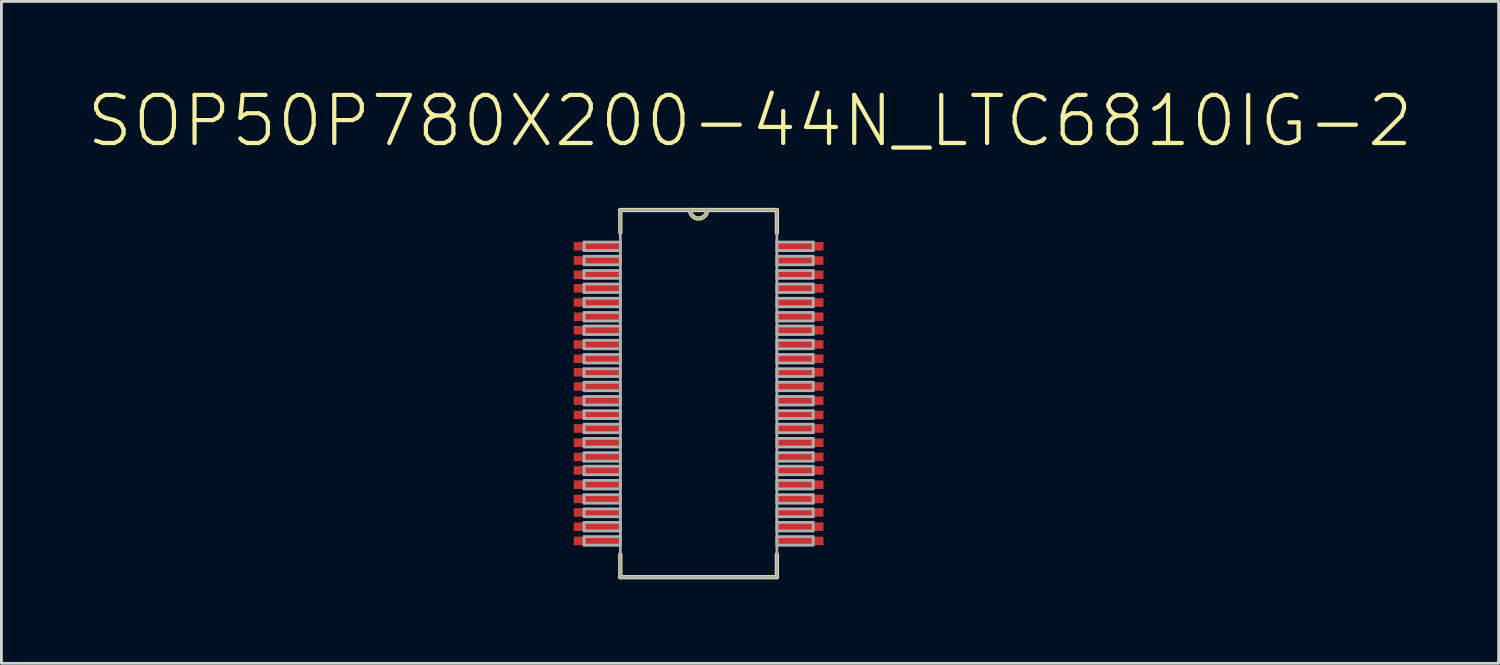
<source format=kicad_pcb>
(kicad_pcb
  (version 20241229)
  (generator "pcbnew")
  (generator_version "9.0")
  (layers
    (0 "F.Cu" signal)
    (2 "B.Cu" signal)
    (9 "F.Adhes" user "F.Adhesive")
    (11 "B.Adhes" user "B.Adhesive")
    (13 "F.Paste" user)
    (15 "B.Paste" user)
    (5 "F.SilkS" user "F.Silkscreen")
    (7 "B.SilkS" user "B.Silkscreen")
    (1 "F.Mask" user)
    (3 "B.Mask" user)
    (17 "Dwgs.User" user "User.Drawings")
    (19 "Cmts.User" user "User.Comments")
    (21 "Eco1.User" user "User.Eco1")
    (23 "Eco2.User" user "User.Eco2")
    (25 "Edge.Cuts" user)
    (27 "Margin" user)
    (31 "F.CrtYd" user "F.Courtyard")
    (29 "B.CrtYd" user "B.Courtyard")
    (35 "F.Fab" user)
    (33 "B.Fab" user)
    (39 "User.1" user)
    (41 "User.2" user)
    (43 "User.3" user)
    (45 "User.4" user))
  (footprint "SOP50P780X200-44N_LTC6810IG-2"
    (layer "F.Cu")
    (at 21.887 11)
    (property "Reference" "SOP50P780X200-44N_LTC6810IG-2" (at 1.835 -9.732 0) (layer "F.SilkS") (effects (font (size 1.717 1.717) (thickness 0.15))))
    (attr smd)
    (fp_line (start -2.794 -6.553) (end -2.794 -5.74) (stroke (width 0.152) (type solid)) (layer "F.SilkS"))
    (fp_line (start -2.794 5.74) (end -2.794 6.553) (stroke (width 0.152) (type solid)) (layer "F.SilkS"))
    (fp_line (start -2.794 6.553) (end 2.794 6.553) (stroke (width 0.152) (type solid)) (layer "F.SilkS"))
    (fp_line (start -0.305 -6.553) (end -2.794 -6.553) (stroke (width 0.152) (type solid)) (layer "F.SilkS"))
    (fp_line (start 0.305 -6.553) (end -0.305 -6.553) (stroke (width 0.152) (type solid)) (layer "F.SilkS"))
    (fp_line (start 2.794 -6.553) (end 0.305 -6.553) (stroke (width 0.152) (type solid)) (layer "F.SilkS"))
    (fp_line (start 2.794 -5.74) (end 2.794 -6.553) (stroke (width 0.152) (type solid)) (layer "F.SilkS"))
    (fp_line (start 2.794 6.553) (end 2.794 5.74) (stroke (width 0.152) (type solid)) (layer "F.SilkS"))
    (fp_arc (start 0.3048 -6.5532) (mid 0 -6.2484) (end -0.3048 -6.5532) (stroke (width 0.1524) (type solid)) (layer "F.SilkS"))
    (fp_line (start -4.089 -5.41) (end -4.089 -5.105) (stroke (width 0.1) (type solid)) (layer "F.Fab"))
    (fp_line (start -4.089 -5.105) (end -2.794 -5.105) (stroke (width 0.1) (type solid)) (layer "F.Fab"))
    (fp_line (start -4.089 -4.902) (end -4.089 -4.597) (stroke (width 0.1) (type solid)) (layer "F.Fab"))
    (fp_line (start -4.089 -4.597) (end -2.794 -4.597) (stroke (width 0.1) (type solid)) (layer "F.Fab"))
    (fp_line (start -4.089 -4.394) (end -4.089 -4.115) (stroke (width 0.1) (type solid)) (layer "F.Fab"))
    (fp_line (start -4.089 -4.115) (end -2.794 -4.115) (stroke (width 0.1) (type solid)) (layer "F.Fab"))
    (fp_line (start -4.089 -3.912) (end -4.089 -3.607) (stroke (width 0.1) (type solid)) (layer "F.Fab"))
    (fp_line (start -4.089 -3.607) (end -2.794 -3.607) (stroke (width 0.1) (type solid)) (layer "F.Fab"))
    (fp_line (start -4.089 -3.404) (end -4.089 -3.099) (stroke (width 0.1) (type solid)) (layer "F.Fab"))
    (fp_line (start -4.089 -3.099) (end -2.794 -3.099) (stroke (width 0.1) (type solid)) (layer "F.Fab"))
    (fp_line (start -4.089 -2.896) (end -4.089 -2.591) (stroke (width 0.1) (type solid)) (layer "F.Fab"))
    (fp_line (start -4.089 -2.591) (end -2.794 -2.591) (stroke (width 0.1) (type solid)) (layer "F.Fab"))
    (fp_line (start -4.089 -2.413) (end -4.089 -2.108) (stroke (width 0.1) (type solid)) (layer "F.Fab"))
    (fp_line (start -4.089 -2.108) (end -2.794 -2.108) (stroke (width 0.1) (type solid)) (layer "F.Fab"))
    (fp_line (start -4.089 -1.905) (end -4.089 -1.6) (stroke (width 0.1) (type solid)) (layer "F.Fab"))
    (fp_line (start -4.089 -1.6) (end -2.794 -1.6) (stroke (width 0.1) (type solid)) (layer "F.Fab"))
    (fp_line (start -4.089 -1.397) (end -4.089 -1.092) (stroke (width 0.1) (type solid)) (layer "F.Fab"))
    (fp_line (start -4.089 -1.092) (end -2.794 -1.092) (stroke (width 0.1) (type solid)) (layer "F.Fab"))
    (fp_line (start -4.089 -0.889) (end -4.089 -0.61) (stroke (width 0.1) (type solid)) (layer "F.Fab"))
    (fp_line (start -4.089 -0.61) (end -2.794 -0.61) (stroke (width 0.1) (type solid)) (layer "F.Fab"))
    (fp_line (start -4.089 -0.406) (end -4.089 -0.102) (stroke (width 0.1) (type solid)) (layer "F.Fab"))
    (fp_line (start -4.089 -0.102) (end -2.794 -0.102) (stroke (width 0.1) (type solid)) (layer "F.Fab"))
    (fp_line (start -4.089 0.102) (end -4.089 0.406) (stroke (width 0.1) (type solid)) (layer "F.Fab"))
    (fp_line (start -4.089 0.406) (end -2.794 0.406) (stroke (width 0.1) (type solid)) (layer "F.Fab"))
    (fp_line (start -4.089 0.61) (end -4.089 0.889) (stroke (width 0.1) (type solid)) (layer "F.Fab"))
    (fp_line (start -4.089 0.889) (end -2.794 0.889) (stroke (width 0.1) (type solid)) (layer "F.Fab"))
    (fp_line (start -4.089 1.092) (end -4.089 1.397) (stroke (width 0.1) (type solid)) (layer "F.Fab"))
    (fp_line (start -4.089 1.397) (end -2.794 1.397) (stroke (width 0.1) (type solid)) (layer "F.Fab"))
    (fp_line (start -4.089 1.6) (end -4.089 1.905) (stroke (width 0.1) (type solid)) (layer "F.Fab"))
    (fp_line (start -4.089 1.905) (end -2.794 1.905) (stroke (width 0.1) (type solid)) (layer "F.Fab"))
    (fp_line (start -4.089 2.108) (end -4.089 2.413) (stroke (width 0.1) (type solid)) (layer "F.Fab"))
    (fp_line (start -4.089 2.413) (end -2.794 2.413) (stroke (width 0.1) (type solid)) (layer "F.Fab"))
    (fp_line (start -4.089 2.591) (end -4.089 2.896) (stroke (width 0.1) (type solid)) (layer "F.Fab"))
    (fp_line (start -4.089 2.896) (end -2.794 2.896) (stroke (width 0.1) (type solid)) (layer "F.Fab"))
    (fp_line (start -4.089 3.099) (end -4.089 3.404) (stroke (width 0.1) (type solid)) (layer "F.Fab"))
    (fp_line (start -4.089 3.404) (end -2.794 3.404) (stroke (width 0.1) (type solid)) (layer "F.Fab"))
    (fp_line (start -4.089 3.607) (end -4.089 3.912) (stroke (width 0.1) (type solid)) (layer "F.Fab"))
    (fp_line (start -4.089 3.912) (end -2.794 3.912) (stroke (width 0.1) (type solid)) (layer "F.Fab"))
    (fp_line (start -4.089 4.115) (end -4.089 4.394) (stroke (width 0.1) (type solid)) (layer "F.Fab"))
    (fp_line (start -4.089 4.394) (end -2.794 4.394) (stroke (width 0.1) (type solid)) (layer "F.Fab"))
    (fp_line (start -4.089 4.597) (end -4.089 4.902) (stroke (width 0.1) (type solid)) (layer "F.Fab"))
    (fp_line (start -4.089 4.902) (end -2.794 4.902) (stroke (width 0.1) (type solid)) (layer "F.Fab"))
    (fp_line (start -4.089 5.105) (end -4.089 5.41) (stroke (width 0.1) (type solid)) (layer "F.Fab"))
    (fp_line (start -4.089 5.41) (end -2.794 5.41) (stroke (width 0.1) (type solid)) (layer "F.Fab"))
    (fp_line (start -2.794 -6.553) (end -2.794 6.553) (stroke (width 0.1) (type solid)) (layer "F.Fab"))
    (fp_line (start -2.794 -5.41) (end -4.089 -5.41) (stroke (width 0.1) (type solid)) (layer "F.Fab"))
    (fp_line (start -2.794 -5.105) (end -2.794 -5.41) (stroke (width 0.1) (type solid)) (layer "F.Fab"))
    (fp_line (start -2.794 -4.902) (end -4.089 -4.902) (stroke (width 0.1) (type solid)) (layer "F.Fab"))
    (fp_line (start -2.794 -4.597) (end -2.794 -4.902) (stroke (width 0.1) (type solid)) (layer "F.Fab"))
    (fp_line (start -2.794 -4.394) (end -4.089 -4.394) (stroke (width 0.1) (type solid)) (layer "F.Fab"))
    (fp_line (start -2.794 -4.115) (end -2.794 -4.394) (stroke (width 0.1) (type solid)) (layer "F.Fab"))
    (fp_line (start -2.794 -3.912) (end -4.089 -3.912) (stroke (width 0.1) (type solid)) (layer "F.Fab"))
    (fp_line (start -2.794 -3.607) (end -2.794 -3.912) (stroke (width 0.1) (type solid)) (layer "F.Fab"))
    (fp_line (start -2.794 -3.404) (end -4.089 -3.404) (stroke (width 0.1) (type solid)) (layer "F.Fab"))
    (fp_line (start -2.794 -3.099) (end -2.794 -3.404) (stroke (width 0.1) (type solid)) (layer "F.Fab"))
    (fp_line (start -2.794 -2.896) (end -4.089 -2.896) (stroke (width 0.1) (type solid)) (layer "F.Fab"))
    (fp_line (start -2.794 -2.591) (end -2.794 -2.896) (stroke (width 0.1) (type solid)) (layer "F.Fab"))
    (fp_line (start -2.794 -2.413) (end -4.089 -2.413) (stroke (width 0.1) (type solid)) (layer "F.Fab"))
    (fp_line (start -2.794 -2.108) (end -2.794 -2.413) (stroke (width 0.1) (type solid)) (layer "F.Fab"))
    (fp_line (start -2.794 -1.905) (end -4.089 -1.905) (stroke (width 0.1) (type solid)) (layer "F.Fab"))
    (fp_line (start -2.794 -1.6) (end -2.794 -1.905) (stroke (width 0.1) (type solid)) (layer "F.Fab"))
    (fp_line (start -2.794 -1.397) (end -4.089 -1.397) (stroke (width 0.1) (type solid)) (layer "F.Fab"))
    (fp_line (start -2.794 -1.092) (end -2.794 -1.397) (stroke (width 0.1) (type solid)) (layer "F.Fab"))
    (fp_line (start -2.794 -0.889) (end -4.089 -0.889) (stroke (width 0.1) (type solid)) (layer "F.Fab"))
    (fp_line (start -2.794 -0.61) (end -2.794 -0.889) (stroke (width 0.1) (type solid)) (layer "F.Fab"))
    (fp_line (start -2.794 -0.406) (end -4.089 -0.406) (stroke (width 0.1) (type solid)) (layer "F.Fab"))
    (fp_line (start -2.794 -0.102) (end -2.794 -0.406) (stroke (width 0.1) (type solid)) (layer "F.Fab"))
    (fp_line (start -2.794 0.102) (end -4.089 0.102) (stroke (width 0.1) (type solid)) (layer "F.Fab"))
    (fp_line (start -2.794 0.406) (end -2.794 0.102) (stroke (width 0.1) (type solid)) (layer "F.Fab"))
    (fp_line (start -2.794 0.61) (end -4.089 0.61) (stroke (width 0.1) (type solid)) (layer "F.Fab"))
    (fp_line (start -2.794 0.889) (end -2.794 0.61) (stroke (width 0.1) (type solid)) (layer "F.Fab"))
    (fp_line (start -2.794 1.092) (end -4.089 1.092) (stroke (width 0.1) (type solid)) (layer "F.Fab"))
    (fp_line (start -2.794 1.397) (end -2.794 1.092) (stroke (width 0.1) (type solid)) (layer "F.Fab"))
    (fp_line (start -2.794 1.6) (end -4.089 1.6) (stroke (width 0.1) (type solid)) (layer "F.Fab"))
    (fp_line (start -2.794 1.905) (end -2.794 1.6) (stroke (width 0.1) (type solid)) (layer "F.Fab"))
    (fp_line (start -2.794 2.108) (end -4.089 2.108) (stroke (width 0.1) (type solid)) (layer "F.Fab"))
    (fp_line (start -2.794 2.413) (end -2.794 2.108) (stroke (width 0.1) (type solid)) (layer "F.Fab"))
    (fp_line (start -2.794 2.591) (end -4.089 2.591) (stroke (width 0.1) (type solid)) (layer "F.Fab"))
    (fp_line (start -2.794 2.896) (end -2.794 2.591) (stroke (width 0.1) (type solid)) (layer "F.Fab"))
    (fp_line (start -2.794 3.099) (end -4.089 3.099) (stroke (width 0.1) (type solid)) (layer "F.Fab"))
    (fp_line (start -2.794 3.404) (end -2.794 3.099) (stroke (width 0.1) (type solid)) (layer "F.Fab"))
    (fp_line (start -2.794 3.607) (end -4.089 3.607) (stroke (width 0.1) (type solid)) (layer "F.Fab"))
    (fp_line (start -2.794 3.912) (end -2.794 3.607) (stroke (width 0.1) (type solid)) (layer "F.Fab"))
    (fp_line (start -2.794 4.115) (end -4.089 4.115) (stroke (width 0.1) (type solid)) (layer "F.Fab"))
    (fp_line (start -2.794 4.394) (end -2.794 4.115) (stroke (width 0.1) (type solid)) (layer "F.Fab"))
    (fp_line (start -2.794 4.597) (end -4.089 4.597) (stroke (width 0.1) (type solid)) (layer "F.Fab"))
    (fp_line (start -2.794 4.902) (end -2.794 4.597) (stroke (width 0.1) (type solid)) (layer "F.Fab"))
    (fp_line (start -2.794 5.105) (end -4.089 5.105) (stroke (width 0.1) (type solid)) (layer "F.Fab"))
    (fp_line (start -2.794 5.41) (end -2.794 5.105) (stroke (width 0.1) (type solid)) (layer "F.Fab"))
    (fp_line (start -2.794 6.553) (end 2.794 6.553) (stroke (width 0.1) (type solid)) (layer "F.Fab"))
    (fp_line (start -0.305 -6.553) (end -2.794 -6.553) (stroke (width 0.1) (type solid)) (layer "F.Fab"))
    (fp_line (start 0.305 -6.553) (end -0.305 -6.553) (stroke (width 0.1) (type solid)) (layer "F.Fab"))
    (fp_line (start 2.794 -6.553) (end 0.305 -6.553) (stroke (width 0.1) (type solid)) (layer "F.Fab"))
    (fp_line (start 2.794 -5.41) (end 2.794 -5.105) (stroke (width 0.1) (type solid)) (layer "F.Fab"))
    (fp_line (start 2.794 -5.105) (end 4.089 -5.105) (stroke (width 0.1) (type solid)) (layer "F.Fab"))
    (fp_line (start 2.794 -4.902) (end 2.794 -4.597) (stroke (width 0.1) (type solid)) (layer "F.Fab"))
    (fp_line (start 2.794 -4.597) (end 4.089 -4.597) (stroke (width 0.1) (type solid)) (layer "F.Fab"))
    (fp_line (start 2.794 -4.394) (end 2.794 -4.115) (stroke (width 0.1) (type solid)) (layer "F.Fab"))
    (fp_line (start 2.794 -4.115) (end 4.089 -4.115) (stroke (width 0.1) (type solid)) (layer "F.Fab"))
    (fp_line (start 2.794 -3.912) (end 2.794 -3.607) (stroke (width 0.1) (type solid)) (layer "F.Fab"))
    (fp_line (start 2.794 -3.607) (end 4.089 -3.607) (stroke (width 0.1) (type solid)) (layer "F.Fab"))
    (fp_line (start 2.794 -3.404) (end 2.794 -3.099) (stroke (width 0.1) (type solid)) (layer "F.Fab"))
    (fp_line (start 2.794 -3.099) (end 4.089 -3.099) (stroke (width 0.1) (type solid)) (layer "F.Fab"))
    (fp_line (start 2.794 -2.896) (end 2.794 -2.591) (stroke (width 0.1) (type solid)) (layer "F.Fab"))
    (fp_line (start 2.794 -2.591) (end 4.089 -2.591) (stroke (width 0.1) (type solid)) (layer "F.Fab"))
    (fp_line (start 2.794 -2.413) (end 2.794 -2.108) (stroke (width 0.1) (type solid)) (layer "F.Fab"))
    (fp_line (start 2.794 -2.108) (end 4.089 -2.108) (stroke (width 0.1) (type solid)) (layer "F.Fab"))
    (fp_line (start 2.794 -1.905) (end 2.794 -1.6) (stroke (width 0.1) (type solid)) (layer "F.Fab"))
    (fp_line (start 2.794 -1.6) (end 4.089 -1.6) (stroke (width 0.1) (type solid)) (layer "F.Fab"))
    (fp_line (start 2.794 -1.397) (end 2.794 -1.092) (stroke (width 0.1) (type solid)) (layer "F.Fab"))
    (fp_line (start 2.794 -1.092) (end 4.089 -1.092) (stroke (width 0.1) (type solid)) (layer "F.Fab"))
    (fp_line (start 2.794 -0.889) (end 2.794 -0.61) (stroke (width 0.1) (type solid)) (layer "F.Fab"))
    (fp_line (start 2.794 -0.61) (end 4.089 -0.61) (stroke (width 0.1) (type solid)) (layer "F.Fab"))
    (fp_line (start 2.794 -0.406) (end 2.794 -0.102) (stroke (width 0.1) (type solid)) (layer "F.Fab"))
    (fp_line (start 2.794 -0.102) (end 4.089 -0.102) (stroke (width 0.1) (type solid)) (layer "F.Fab"))
    (fp_line (start 2.794 0.102) (end 2.794 0.406) (stroke (width 0.1) (type solid)) (layer "F.Fab"))
    (fp_line (start 2.794 0.406) (end 4.089 0.406) (stroke (width 0.1) (type solid)) (layer "F.Fab"))
    (fp_line (start 2.794 0.61) (end 2.794 0.889) (stroke (width 0.1) (type solid)) (layer "F.Fab"))
    (fp_line (start 2.794 0.889) (end 4.089 0.889) (stroke (width 0.1) (type solid)) (layer "F.Fab"))
    (fp_line (start 2.794 1.092) (end 2.794 1.397) (stroke (width 0.1) (type solid)) (layer "F.Fab"))
    (fp_line (start 2.794 1.397) (end 4.089 1.397) (stroke (width 0.1) (type solid)) (layer "F.Fab"))
    (fp_line (start 2.794 1.6) (end 2.794 1.905) (stroke (width 0.1) (type solid)) (layer "F.Fab"))
    (fp_line (start 2.794 1.905) (end 4.089 1.905) (stroke (width 0.1) (type solid)) (layer "F.Fab"))
    (fp_line (start 2.794 2.108) (end 2.794 2.413) (stroke (width 0.1) (type solid)) (layer "F.Fab"))
    (fp_line (start 2.794 2.413) (end 4.089 2.413) (stroke (width 0.1) (type solid)) (layer "F.Fab"))
    (fp_line (start 2.794 2.591) (end 2.794 2.896) (stroke (width 0.1) (type solid)) (layer "F.Fab"))
    (fp_line (start 2.794 2.896) (end 4.089 2.896) (stroke (width 0.1) (type solid)) (layer "F.Fab"))
    (fp_line (start 2.794 3.099) (end 2.794 3.404) (stroke (width 0.1) (type solid)) (layer "F.Fab"))
    (fp_line (start 2.794 3.404) (end 4.089 3.404) (stroke (width 0.1) (type solid)) (layer "F.Fab"))
    (fp_line (start 2.794 3.607) (end 2.794 3.912) (stroke (width 0.1) (type solid)) (layer "F.Fab"))
    (fp_line (start 2.794 3.912) (end 4.089 3.912) (stroke (width 0.1) (type solid)) (layer "F.Fab"))
    (fp_line (start 2.794 4.115) (end 2.794 4.394) (stroke (width 0.1) (type solid)) (layer "F.Fab"))
    (fp_line (start 2.794 4.394) (end 4.089 4.394) (stroke (width 0.1) (type solid)) (layer "F.Fab"))
    (fp_line (start 2.794 4.597) (end 2.794 4.902) (stroke (width 0.1) (type solid)) (layer "F.Fab"))
    (fp_line (start 2.794 4.902) (end 4.089 4.902) (stroke (width 0.1) (type solid)) (layer "F.Fab"))
    (fp_line (start 2.794 5.105) (end 2.794 5.41) (stroke (width 0.1) (type solid)) (layer "F.Fab"))
    (fp_line (start 2.794 5.41) (end 4.089 5.41) (stroke (width 0.1) (type solid)) (layer "F.Fab"))
    (fp_line (start 2.794 6.553) (end 2.794 -6.553) (stroke (width 0.1) (type solid)) (layer "F.Fab"))
    (fp_line (start 4.089 -5.41) (end 2.794 -5.41) (stroke (width 0.1) (type solid)) (layer "F.Fab"))
    (fp_line (start 4.089 -5.105) (end 4.089 -5.41) (stroke (width 0.1) (type solid)) (layer "F.Fab"))
    (fp_line (start 4.089 -4.902) (end 2.794 -4.902) (stroke (width 0.1) (type solid)) (layer "F.Fab"))
    (fp_line (start 4.089 -4.597) (end 4.089 -4.902) (stroke (width 0.1) (type solid)) (layer "F.Fab"))
    (fp_line (start 4.089 -4.394) (end 2.794 -4.394) (stroke (width 0.1) (type solid)) (layer "F.Fab"))
    (fp_line (start 4.089 -4.115) (end 4.089 -4.394) (stroke (width 0.1) (type solid)) (layer "F.Fab"))
    (fp_line (start 4.089 -3.912) (end 2.794 -3.912) (stroke (width 0.1) (type solid)) (layer "F.Fab"))
    (fp_line (start 4.089 -3.607) (end 4.089 -3.912) (stroke (width 0.1) (type solid)) (layer "F.Fab"))
    (fp_line (start 4.089 -3.404) (end 2.794 -3.404) (stroke (width 0.1) (type solid)) (layer "F.Fab"))
    (fp_line (start 4.089 -3.099) (end 4.089 -3.404) (stroke (width 0.1) (type solid)) (layer "F.Fab"))
    (fp_line (start 4.089 -2.896) (end 2.794 -2.896) (stroke (width 0.1) (type solid)) (layer "F.Fab"))
    (fp_line (start 4.089 -2.591) (end 4.089 -2.896) (stroke (width 0.1) (type solid)) (layer "F.Fab"))
    (fp_line (start 4.089 -2.413) (end 2.794 -2.413) (stroke (width 0.1) (type solid)) (layer "F.Fab"))
    (fp_line (start 4.089 -2.108) (end 4.089 -2.413) (stroke (width 0.1) (type solid)) (layer "F.Fab"))
    (fp_line (start 4.089 -1.905) (end 2.794 -1.905) (stroke (width 0.1) (type solid)) (layer "F.Fab"))
    (fp_line (start 4.089 -1.6) (end 4.089 -1.905) (stroke (width 0.1) (type solid)) (layer "F.Fab"))
    (fp_line (start 4.089 -1.397) (end 2.794 -1.397) (stroke (width 0.1) (type solid)) (layer "F.Fab"))
    (fp_line (start 4.089 -1.092) (end 4.089 -1.397) (stroke (width 0.1) (type solid)) (layer "F.Fab"))
    (fp_line (start 4.089 -0.889) (end 2.794 -0.889) (stroke (width 0.1) (type solid)) (layer "F.Fab"))
    (fp_line (start 4.089 -0.61) (end 4.089 -0.889) (stroke (width 0.1) (type solid)) (layer "F.Fab"))
    (fp_line (start 4.089 -0.406) (end 2.794 -0.406) (stroke (width 0.1) (type solid)) (layer "F.Fab"))
    (fp_line (start 4.089 -0.102) (end 4.089 -0.406) (stroke (width 0.1) (type solid)) (layer "F.Fab"))
    (fp_line (start 4.089 0.102) (end 2.794 0.102) (stroke (width 0.1) (type solid)) (layer "F.Fab"))
    (fp_line (start 4.089 0.406) (end 4.089 0.102) (stroke (width 0.1) (type solid)) (layer "F.Fab"))
    (fp_line (start 4.089 0.61) (end 2.794 0.61) (stroke (width 0.1) (type solid)) (layer "F.Fab"))
    (fp_line (start 4.089 0.889) (end 4.089 0.61) (stroke (width 0.1) (type solid)) (layer "F.Fab"))
    (fp_line (start 4.089 1.092) (end 2.794 1.092) (stroke (width 0.1) (type solid)) (layer "F.Fab"))
    (fp_line (start 4.089 1.397) (end 4.089 1.092) (stroke (width 0.1) (type solid)) (layer "F.Fab"))
    (fp_line (start 4.089 1.6) (end 2.794 1.6) (stroke (width 0.1) (type solid)) (layer "F.Fab"))
    (fp_line (start 4.089 1.905) (end 4.089 1.6) (stroke (width 0.1) (type solid)) (layer "F.Fab"))
    (fp_line (start 4.089 2.108) (end 2.794 2.108) (stroke (width 0.1) (type solid)) (layer "F.Fab"))
    (fp_line (start 4.089 2.413) (end 4.089 2.108) (stroke (width 0.1) (type solid)) (layer "F.Fab"))
    (fp_line (start 4.089 2.591) (end 2.794 2.591) (stroke (width 0.1) (type solid)) (layer "F.Fab"))
    (fp_line (start 4.089 2.896) (end 4.089 2.591) (stroke (width 0.1) (type solid)) (layer "F.Fab"))
    (fp_line (start 4.089 3.099) (end 2.794 3.099) (stroke (width 0.1) (type solid)) (layer "F.Fab"))
    (fp_line (start 4.089 3.404) (end 4.089 3.099) (stroke (width 0.1) (type solid)) (layer "F.Fab"))
    (fp_line (start 4.089 3.607) (end 2.794 3.607) (stroke (width 0.1) (type solid)) (layer "F.Fab"))
    (fp_line (start 4.089 3.912) (end 4.089 3.607) (stroke (width 0.1) (type solid)) (layer "F.Fab"))
    (fp_line (start 4.089 4.115) (end 2.794 4.115) (stroke (width 0.1) (type solid)) (layer "F.Fab"))
    (fp_line (start 4.089 4.394) (end 4.089 4.115) (stroke (width 0.1) (type solid)) (layer "F.Fab"))
    (fp_line (start 4.089 4.597) (end 2.794 4.597) (stroke (width 0.1) (type solid)) (layer "F.Fab"))
    (fp_line (start 4.089 4.902) (end 4.089 4.597) (stroke (width 0.1) (type solid)) (layer "F.Fab"))
    (fp_line (start 4.089 5.105) (end 2.794 5.105) (stroke (width 0.1) (type solid)) (layer "F.Fab"))
    (fp_line (start 4.089 5.41) (end 4.089 5.105) (stroke (width 0.1) (type solid)) (layer "F.Fab"))
    (fp_arc (start 0.3048 -6.5532) (mid 0 -6.2484) (end -0.3048 -6.5532) (stroke (width 0.1) (type solid)) (layer "F.Fab"))
    (pad "1" smd rect (at -3.632 -5.258) (size 1.651 0.305) (layers "F.Cu" "F.Mask" "F.Paste"))
    (pad "2" smd rect (at -3.632 -4.75) (size 1.651 0.305) (layers "F.Cu" "F.Mask" "F.Paste"))
    (pad "3" smd rect (at -3.632 -4.242) (size 1.651 0.305) (layers "F.Cu" "F.Mask" "F.Paste"))
    (pad "4" smd rect (at -3.632 -3.759) (size 1.651 0.305) (layers "F.Cu" "F.Mask" "F.Paste"))
    (pad "5" smd rect (at -3.632 -3.251) (size 1.651 0.305) (layers "F.Cu" "F.Mask" "F.Paste"))
    (pad "6" smd rect (at -3.632 -2.743) (size 1.651 0.305) (layers "F.Cu" "F.Mask" "F.Paste"))
    (pad "7" smd rect (at -3.632 -2.261) (size 1.651 0.305) (layers "F.Cu" "F.Mask" "F.Paste"))
    (pad "8" smd rect (at -3.632 -1.753) (size 1.651 0.305) (layers "F.Cu" "F.Mask" "F.Paste"))
    (pad "9" smd rect (at -3.632 -1.245) (size 1.651 0.305) (layers "F.Cu" "F.Mask" "F.Paste"))
    (pad "10" smd rect (at -3.632 -0.762) (size 1.651 0.305) (layers "F.Cu" "F.Mask" "F.Paste"))
    (pad "11" smd rect (at -3.632 -0.254) (size 1.651 0.305) (layers "F.Cu" "F.Mask" "F.Paste"))
    (pad "12" smd rect (at -3.632 0.254) (size 1.651 0.305) (layers "F.Cu" "F.Mask" "F.Paste"))
    (pad "13" smd rect (at -3.632 0.762) (size 1.651 0.305) (layers "F.Cu" "F.Mask" "F.Paste"))
    (pad "14" smd rect (at -3.632 1.245) (size 1.651 0.305) (layers "F.Cu" "F.Mask" "F.Paste"))
    (pad "15" smd rect (at -3.632 1.753) (size 1.651 0.305) (layers "F.Cu" "F.Mask" "F.Paste"))
    (pad "16" smd rect (at -3.632 2.261) (size 1.651 0.305) (layers "F.Cu" "F.Mask" "F.Paste"))
    (pad "17" smd rect (at -3.632 2.743) (size 1.651 0.305) (layers "F.Cu" "F.Mask" "F.Paste"))
    (pad "18" smd rect (at -3.632 3.251) (size 1.651 0.305) (layers "F.Cu" "F.Mask" "F.Paste"))
    (pad "19" smd rect (at -3.632 3.759) (size 1.651 0.305) (layers "F.Cu" "F.Mask" "F.Paste"))
    (pad "20" smd rect (at -3.632 4.242) (size 1.651 0.305) (layers "F.Cu" "F.Mask" "F.Paste"))
    (pad "21" smd rect (at -3.632 4.75) (size 1.651 0.305) (layers "F.Cu" "F.Mask" "F.Paste"))
    (pad "22" smd rect (at -3.632 5.258) (size 1.651 0.305) (layers "F.Cu" "F.Mask" "F.Paste"))
    (pad "23" smd rect (at 3.632 5.258) (size 1.651 0.305) (layers "F.Cu" "F.Mask" "F.Paste"))
    (pad "24" smd rect (at 3.632 4.75) (size 1.651 0.305) (layers "F.Cu" "F.Mask" "F.Paste"))
    (pad "25" smd rect (at 3.632 4.242) (size 1.651 0.305) (layers "F.Cu" "F.Mask" "F.Paste"))
    (pad "26" smd rect (at 3.632 3.759) (size 1.651 0.305) (layers "F.Cu" "F.Mask" "F.Paste"))
    (pad "27" smd rect (at 3.632 3.251) (size 1.651 0.305) (layers "F.Cu" "F.Mask" "F.Paste"))
    (pad "28" smd rect (at 3.632 2.743) (size 1.651 0.305) (layers "F.Cu" "F.Mask" "F.Paste"))
    (pad "29" smd rect (at 3.632 2.261) (size 1.651 0.305) (layers "F.Cu" "F.Mask" "F.Paste"))
    (pad "30" smd rect (at 3.632 1.753) (size 1.651 0.305) (layers "F.Cu" "F.Mask" "F.Paste"))
    (pad "31" smd rect (at 3.632 1.245) (size 1.651 0.305) (layers "F.Cu" "F.Mask" "F.Paste"))
    (pad "32" smd rect (at 3.632 0.762) (size 1.651 0.305) (layers "F.Cu" "F.Mask" "F.Paste"))
    (pad "33" smd rect (at 3.632 0.254) (size 1.651 0.305) (layers "F.Cu" "F.Mask" "F.Paste"))
    (pad "34" smd rect (at 3.632 -0.254) (size 1.651 0.305) (layers "F.Cu" "F.Mask" "F.Paste"))
    (pad "35" smd rect (at 3.632 -0.762) (size 1.651 0.305) (layers "F.Cu" "F.Mask" "F.Paste"))
    (pad "36" smd rect (at 3.632 -1.245) (size 1.651 0.305) (layers "F.Cu" "F.Mask" "F.Paste"))
    (pad "37" smd rect (at 3.632 -1.753) (size 1.651 0.305) (layers "F.Cu" "F.Mask" "F.Paste"))
    (pad "38" smd rect (at 3.632 -2.261) (size 1.651 0.305) (layers "F.Cu" "F.Mask" "F.Paste"))
    (pad "39" smd rect (at 3.632 -2.743) (size 1.651 0.305) (layers "F.Cu" "F.Mask" "F.Paste"))
    (pad "40" smd rect (at 3.632 -3.251) (size 1.651 0.305) (layers "F.Cu" "F.Mask" "F.Paste"))
    (pad "41" smd rect (at 3.632 -3.759) (size 1.651 0.305) (layers "F.Cu" "F.Mask" "F.Paste"))
    (pad "42" smd rect (at 3.632 -4.242) (size 1.651 0.305) (layers "F.Cu" "F.Mask" "F.Paste"))
    (pad "43" smd rect (at 3.632 -4.75) (size 1.651 0.305) (layers "F.Cu" "F.Mask" "F.Paste"))
    (pad "44" smd rect (at 3.632 -5.258) (size 1.651 0.305) (layers "F.Cu" "F.Mask" "F.Paste")))
  (gr_rect
    (start -3 -3)
    (end 50.444 20.629)
    (stroke (width 0.1) (type default))
    (fill no)
    (layer "Edge.Cuts")))
</source>
